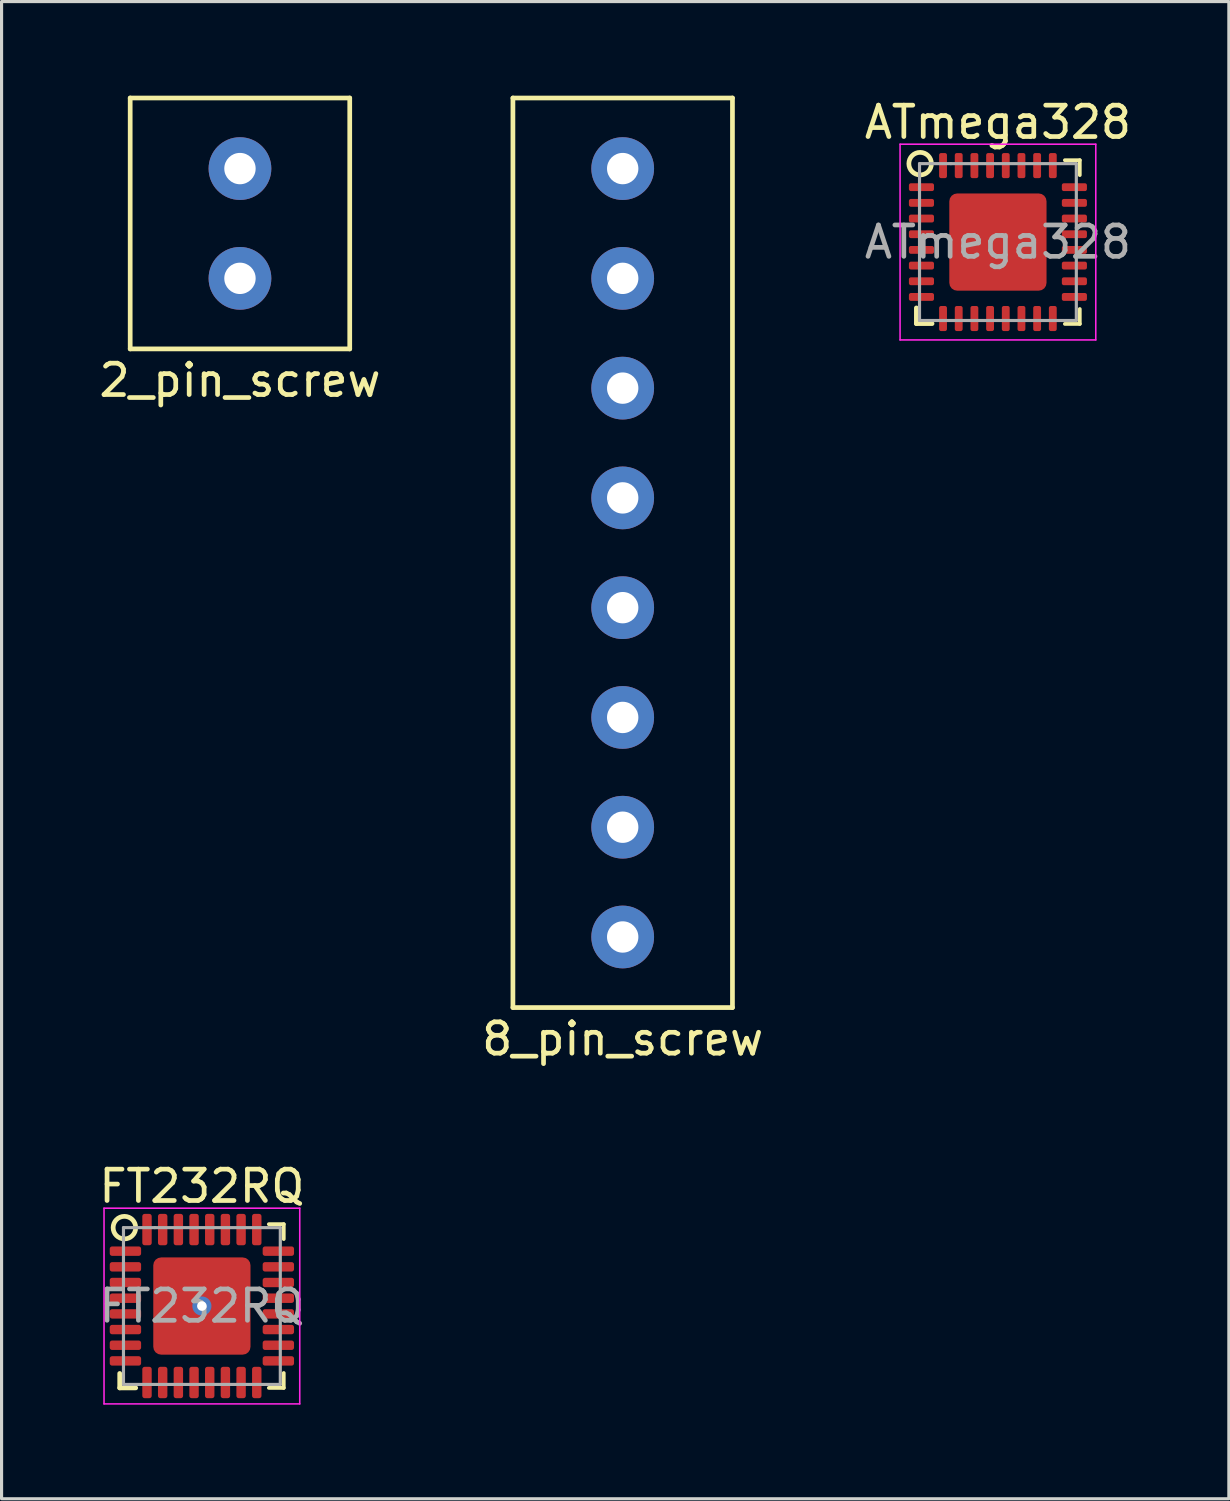
<source format=kicad_pcb>
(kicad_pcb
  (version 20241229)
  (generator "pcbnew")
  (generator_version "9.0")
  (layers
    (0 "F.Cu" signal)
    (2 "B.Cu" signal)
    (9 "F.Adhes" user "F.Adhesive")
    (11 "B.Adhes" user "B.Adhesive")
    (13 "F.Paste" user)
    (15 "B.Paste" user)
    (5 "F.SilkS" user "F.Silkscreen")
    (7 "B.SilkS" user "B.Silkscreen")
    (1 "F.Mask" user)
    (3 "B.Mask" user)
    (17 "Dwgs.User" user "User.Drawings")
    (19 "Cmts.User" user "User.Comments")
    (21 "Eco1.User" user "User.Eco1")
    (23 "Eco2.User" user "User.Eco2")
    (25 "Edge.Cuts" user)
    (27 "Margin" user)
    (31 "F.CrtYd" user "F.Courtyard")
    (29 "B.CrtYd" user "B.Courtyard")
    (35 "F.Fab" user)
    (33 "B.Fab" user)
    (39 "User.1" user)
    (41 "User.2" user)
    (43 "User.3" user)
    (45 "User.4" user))
  (footprint "2_pin_screw"
    (layer "F.Cu")
    (at 4.601 6.575)
    (property "Reference" "2_pin_screw" (at 0 2.5 0) (layer "F.SilkS") (effects (font (size 1 1) (thickness 0.15))))
    (attr through_hole)
    (fp_line (start -3.5 -6.5) (end 3.5 -6.5) (stroke (width 0.15) (type solid)) (layer "F.SilkS"))
    (fp_line (start -3.5 1.5) (end -3.5 -6.5) (stroke (width 0.15) (type solid)) (layer "F.SilkS"))
    (fp_line (start 3.5 -6.5) (end 3.5 1.5) (stroke (width 0.15) (type solid)) (layer "F.SilkS"))
    (fp_line (start 3.5 1.5) (end -3.5 1.5) (stroke (width 0.15) (type solid)) (layer "F.SilkS"))
    (pad "1" thru_hole circle (at 0 -4.25) (size 2 2) (drill 1) (layers "*.Cu" "*.Mask"))
    (pad "2" thru_hole circle (at 0 -0.75) (size 2 2) (drill 1) (layers "*.Cu" "*.Mask")))
  (footprint "8_pin_screw"
    (layer "F.Cu")
    (at 16.804 6.575)
    (property "Reference" "8_pin_screw" (at 0 23.5 0) (layer "F.SilkS") (effects (font (size 1 1) (thickness 0.15))))
    (attr through_hole)
    (fp_line (start -3.5 -6.5) (end 3.5 -6.5) (stroke (width 0.15) (type solid)) (layer "F.SilkS"))
    (fp_line (start -3.5 22.5) (end -3.5 -6.5) (stroke (width 0.15) (type solid)) (layer "F.SilkS"))
    (fp_line (start 3.5 -6.5) (end 3.5 22.5) (stroke (width 0.15) (type solid)) (layer "F.SilkS"))
    (fp_line (start 3.5 22.5) (end -3.5 22.5) (stroke (width 0.15) (type solid)) (layer "F.SilkS"))
    (pad "1" thru_hole circle (at 0 -4.25) (size 2 2) (drill 1) (layers "*.Cu" "*.Mask"))
    (pad "2" thru_hole circle (at 0 -0.75) (size 2 2) (drill 1) (layers "*.Cu" "*.Mask"))
    (pad "3" thru_hole circle (at 0 2.75) (size 2 2) (drill 1) (layers "*.Cu" "*.Mask"))
    (pad "4" thru_hole circle (at 0 6.25) (size 2 2) (drill 1) (layers "*.Cu" "*.Mask"))
    (pad "5" thru_hole circle (at 0 9.75) (size 2 2) (drill 1) (layers "*.Cu" "*.Mask"))
    (pad "6" thru_hole circle (at 0 13.25) (size 2 2) (drill 1) (layers "*.Cu" "*.Mask"))
    (pad "7" thru_hole circle (at 0 16.75) (size 2 2) (drill 1) (layers "*.Cu" "*.Mask"))
    (pad "8" thru_hole circle (at 0 20.25) (size 2 2) (drill 1) (layers "*.Cu" "*.Mask")))
  (footprint "ATmega328"
    (layer "F.Cu")
    (at 28.768 4.668)
    (property "Reference" "ATmega328" (at 0 -3.82 0) (layer "F.SilkS") (effects (font (size 1 1) (thickness 0.15))))
    (attr smd)
    (fp_line (start -2.6 2.6) (end -2.6 2.1) (stroke (width 0.15) (type solid)) (layer "F.SilkS"))
    (fp_line (start -2.1 2.6) (end -2.6 2.6) (stroke (width 0.15) (type solid)) (layer "F.SilkS"))
    (fp_line (start 2.135 -2.61) (end 2.61 -2.61) (stroke (width 0.12) (type solid)) (layer "F.SilkS"))
    (fp_line (start 2.135 2.61) (end 2.61 2.61) (stroke (width 0.12) (type solid)) (layer "F.SilkS"))
    (fp_line (start 2.61 -2.61) (end 2.61 -2.135) (stroke (width 0.12) (type solid)) (layer "F.SilkS"))
    (fp_line (start 2.61 2.61) (end 2.61 2.135) (stroke (width 0.12) (type solid)) (layer "F.SilkS"))
    (fp_circle (center -2.48 -2.5) (end -2.213 -2.741) (stroke (width 0.15) (type solid)) (fill no) (layer "F.SilkS"))
    (fp_line (start -3.12 -3.12) (end -3.12 3.12) (stroke (width 0.05) (type solid)) (layer "F.CrtYd"))
    (fp_line (start -3.12 3.12) (end 3.12 3.12) (stroke (width 0.05) (type solid)) (layer "F.CrtYd"))
    (fp_line (start 3.12 -3.12) (end -3.12 -3.12) (stroke (width 0.05) (type solid)) (layer "F.CrtYd"))
    (fp_line (start 3.12 3.12) (end 3.12 -3.12) (stroke (width 0.05) (type solid)) (layer "F.CrtYd"))
    (fp_line (start -2.5 -2.5) (end -1.5 -2.5) (stroke (width 0.1) (type solid)) (layer "F.Fab"))
    (fp_line (start -2.5 2.5) (end -2.5 -2.5) (stroke (width 0.1) (type solid)) (layer "F.Fab"))
    (fp_line (start -1.5 -2.5) (end 2.5 -2.5) (stroke (width 0.1) (type solid)) (layer "F.Fab"))
    (fp_line (start 2.5 -2.5) (end 2.5 2.5) (stroke (width 0.1) (type solid)) (layer "F.Fab"))
    (fp_line (start 2.5 2.5) (end -2.5 2.5) (stroke (width 0.1) (type solid)) (layer "F.Fab"))
    (fp_text user "${REFERENCE}" (at 0 0 0) (layer "F.Fab") (effects (font (size 1 1) (thickness 0.15))))
    (pad "1" smd roundrect (at -2.438 -1.75) (size 0.8 0.25) (layers "F.Cu" "F.Mask" "F.Paste") (roundrect_rratio 0.25))
    (pad "2" smd roundrect (at -2.438 -1.25) (size 0.8 0.25) (layers "F.Cu" "F.Mask" "F.Paste") (roundrect_rratio 0.25))
    (pad "3" smd roundrect (at -2.438 -0.75) (size 0.8 0.25) (layers "F.Cu" "F.Mask" "F.Paste") (roundrect_rratio 0.25))
    (pad "4" smd roundrect (at -2.438 -0.25) (size 0.8 0.25) (layers "F.Cu" "F.Mask" "F.Paste") (roundrect_rratio 0.25))
    (pad "5" smd roundrect (at -2.438 0.25) (size 0.8 0.25) (layers "F.Cu" "F.Mask" "F.Paste") (roundrect_rratio 0.25))
    (pad "6" smd roundrect (at -2.438 0.75) (size 0.8 0.25) (layers "F.Cu" "F.Mask" "F.Paste") (roundrect_rratio 0.25))
    (pad "7" smd roundrect (at -2.438 1.25) (size 0.8 0.25) (layers "F.Cu" "F.Mask" "F.Paste") (roundrect_rratio 0.25))
    (pad "8" smd roundrect (at -2.438 1.75) (size 0.8 0.25) (layers "F.Cu" "F.Mask" "F.Paste") (roundrect_rratio 0.25))
    (pad "9" smd roundrect (at -1.75 2.438) (size 0.25 0.8) (layers "F.Cu" "F.Mask" "F.Paste") (roundrect_rratio 0.25))
    (pad "10" smd roundrect (at -1.25 2.438) (size 0.25 0.8) (layers "F.Cu" "F.Mask" "F.Paste") (roundrect_rratio 0.25))
    (pad "11" smd roundrect (at -0.75 2.438) (size 0.25 0.8) (layers "F.Cu" "F.Mask" "F.Paste") (roundrect_rratio 0.25))
    (pad "12" smd roundrect (at -0.25 2.438) (size 0.25 0.8) (layers "F.Cu" "F.Mask" "F.Paste") (roundrect_rratio 0.25))
    (pad "13" smd roundrect (at 0.25 2.438) (size 0.25 0.8) (layers "F.Cu" "F.Mask" "F.Paste") (roundrect_rratio 0.25))
    (pad "14" smd roundrect (at 0.75 2.438) (size 0.25 0.8) (layers "F.Cu" "F.Mask" "F.Paste") (roundrect_rratio 0.25))
    (pad "15" smd roundrect (at 1.25 2.438) (size 0.25 0.8) (layers "F.Cu" "F.Mask" "F.Paste") (roundrect_rratio 0.25))
    (pad "16" smd roundrect (at 1.75 2.438) (size 0.25 0.8) (layers "F.Cu" "F.Mask" "F.Paste") (roundrect_rratio 0.25))
    (pad "17" smd roundrect (at 2.438 1.75) (size 0.8 0.25) (layers "F.Cu" "F.Mask" "F.Paste") (roundrect_rratio 0.25))
    (pad "18" smd roundrect (at 2.438 1.25) (size 0.8 0.25) (layers "F.Cu" "F.Mask" "F.Paste") (roundrect_rratio 0.25))
    (pad "19" smd roundrect (at 2.438 0.75) (size 0.8 0.25) (layers "F.Cu" "F.Mask" "F.Paste") (roundrect_rratio 0.25))
    (pad "20" smd roundrect (at 2.438 0.25) (size 0.8 0.25) (layers "F.Cu" "F.Mask" "F.Paste") (roundrect_rratio 0.25))
    (pad "21" smd roundrect (at 2.438 -0.25) (size 0.8 0.25) (layers "F.Cu" "F.Mask" "F.Paste") (roundrect_rratio 0.25))
    (pad "22" smd roundrect (at 2.438 -0.75) (size 0.8 0.25) (layers "F.Cu" "F.Mask" "F.Paste") (roundrect_rratio 0.25))
    (pad "23" smd roundrect (at 2.438 -1.25) (size 0.8 0.25) (layers "F.Cu" "F.Mask" "F.Paste") (roundrect_rratio 0.25))
    (pad "24" smd roundrect (at 2.438 -1.75) (size 0.8 0.25) (layers "F.Cu" "F.Mask" "F.Paste") (roundrect_rratio 0.25))
    (pad "25" smd roundrect (at 1.75 -2.438) (size 0.25 0.8) (layers "F.Cu" "F.Mask" "F.Paste") (roundrect_rratio 0.25))
    (pad "26" smd roundrect (at 1.25 -2.438) (size 0.25 0.8) (layers "F.Cu" "F.Mask" "F.Paste") (roundrect_rratio 0.25))
    (pad "27" smd roundrect (at 0.75 -2.438) (size 0.25 0.8) (layers "F.Cu" "F.Mask" "F.Paste") (roundrect_rratio 0.25))
    (pad "28" smd roundrect (at 0.25 -2.438) (size 0.25 0.8) (layers "F.Cu" "F.Mask" "F.Paste") (roundrect_rratio 0.25))
    (pad "29" smd roundrect (at -0.25 -2.438) (size 0.25 0.8) (layers "F.Cu" "F.Mask" "F.Paste") (roundrect_rratio 0.25))
    (pad "30" smd roundrect (at -0.75 -2.438) (size 0.25 0.8) (layers "F.Cu" "F.Mask" "F.Paste") (roundrect_rratio 0.25))
    (pad "31" smd roundrect (at -1.25 -2.438) (size 0.25 0.8) (layers "F.Cu" "F.Mask" "F.Paste") (roundrect_rratio 0.25))
    (pad "32" smd roundrect (at -1.75 -2.438) (size 0.25 0.8) (layers "F.Cu" "F.Mask" "F.Paste") (roundrect_rratio 0.25))
    (pad "33" smd roundrect (at 0 0) (size 3.1 3.1) (layers "F.Cu" "F.Mask") (roundrect_rratio 0.081)))
  (footprint "FT232RQ"
    (layer "F.Cu")
    (at 3.387 38.592)
    (property "Reference" "FT232RQ" (at 0 -3.82 0) (layer "F.SilkS") (effects (font (size 1 1) (thickness 0.15))))
    (attr smd)
    (fp_line (start -2.62 2.61) (end -2.62 2.15) (stroke (width 0.15) (type solid)) (layer "F.SilkS"))
    (fp_line (start -2.11 2.61) (end -2.62 2.61) (stroke (width 0.15) (type solid)) (layer "F.SilkS"))
    (fp_line (start 2.135 -2.61) (end 2.61 -2.61) (stroke (width 0.12) (type solid)) (layer "F.SilkS"))
    (fp_line (start 2.135 2.61) (end 2.61 2.61) (stroke (width 0.12) (type solid)) (layer "F.SilkS"))
    (fp_line (start 2.61 -2.61) (end 2.61 -2.135) (stroke (width 0.12) (type solid)) (layer "F.SilkS"))
    (fp_line (start 2.61 2.61) (end 2.61 2.135) (stroke (width 0.12) (type solid)) (layer "F.SilkS"))
    (fp_circle (center -2.47 -2.5) (end -2.203 -2.741) (stroke (width 0.15) (type solid)) (fill no) (layer "F.SilkS"))
    (fp_line (start -3.12 -3.12) (end -3.12 3.12) (stroke (width 0.05) (type solid)) (layer "F.CrtYd"))
    (fp_line (start -3.12 3.12) (end 3.12 3.12) (stroke (width 0.05) (type solid)) (layer "F.CrtYd"))
    (fp_line (start 3.12 -3.12) (end -3.12 -3.12) (stroke (width 0.05) (type solid)) (layer "F.CrtYd"))
    (fp_line (start 3.12 3.12) (end 3.12 -3.12) (stroke (width 0.05) (type solid)) (layer "F.CrtYd"))
    (fp_line (start -2.5 -2.5) (end -1.5 -2.5) (stroke (width 0.1) (type solid)) (layer "F.Fab"))
    (fp_line (start -2.5 2.5) (end -2.5 -2.5) (stroke (width 0.1) (type solid)) (layer "F.Fab"))
    (fp_line (start -1.5 -2.5) (end 2.5 -2.5) (stroke (width 0.1) (type solid)) (layer "F.Fab"))
    (fp_line (start 2.5 -2.5) (end 2.5 2.5) (stroke (width 0.1) (type solid)) (layer "F.Fab"))
    (fp_line (start 2.5 2.5) (end -2.5 2.5) (stroke (width 0.1) (type solid)) (layer "F.Fab"))
    (fp_text user "${REFERENCE}" (at 0 0 0) (layer "F.Fab") (effects (font (size 1 1) (thickness 0.15))))
    (pad "1" smd roundrect (at -2.438 -1.75) (size 1 0.3) (layers "F.Cu" "F.Mask" "F.Paste") (roundrect_rratio 0.25))
    (pad "2" smd roundrect (at -2.438 -1.25) (size 1 0.3) (layers "F.Cu" "F.Mask" "F.Paste") (roundrect_rratio 0.25))
    (pad "3" smd roundrect (at -2.438 -0.75) (size 1 0.3) (layers "F.Cu" "F.Mask" "F.Paste") (roundrect_rratio 0.25))
    (pad "4" smd roundrect (at -2.438 -0.25) (size 1 0.3) (layers "F.Cu" "F.Mask" "F.Paste") (roundrect_rratio 0.25))
    (pad "5" smd roundrect (at -2.438 0.25) (size 1 0.3) (layers "F.Cu" "F.Mask" "F.Paste") (roundrect_rratio 0.25))
    (pad "6" smd roundrect (at -2.438 0.75) (size 1 0.3) (layers "F.Cu" "F.Mask" "F.Paste") (roundrect_rratio 0.25))
    (pad "7" smd roundrect (at -2.438 1.25) (size 1 0.3) (layers "F.Cu" "F.Mask" "F.Paste") (roundrect_rratio 0.25))
    (pad "8" smd roundrect (at -2.438 1.75) (size 1 0.3) (layers "F.Cu" "F.Mask" "F.Paste") (roundrect_rratio 0.25))
    (pad "9" smd roundrect (at -1.75 2.438) (size 0.3 1) (layers "F.Cu" "F.Mask" "F.Paste") (roundrect_rratio 0.25))
    (pad "10" smd roundrect (at -1.25 2.438) (size 0.3 1) (layers "F.Cu" "F.Mask" "F.Paste") (roundrect_rratio 0.25))
    (pad "11" smd roundrect (at -0.75 2.438) (size 0.3 1) (layers "F.Cu" "F.Mask" "F.Paste") (roundrect_rratio 0.25))
    (pad "12" smd roundrect (at -0.25 2.438) (size 0.3 1) (layers "F.Cu" "F.Mask" "F.Paste") (roundrect_rratio 0.25))
    (pad "13" smd roundrect (at 0.25 2.438) (size 0.3 1) (layers "F.Cu" "F.Mask" "F.Paste") (roundrect_rratio 0.25))
    (pad "14" smd roundrect (at 0.75 2.438) (size 0.3 1) (layers "F.Cu" "F.Mask" "F.Paste") (roundrect_rratio 0.25))
    (pad "15" smd roundrect (at 1.25 2.438) (size 0.3 1) (layers "F.Cu" "F.Mask" "F.Paste") (roundrect_rratio 0.25))
    (pad "16" smd roundrect (at 1.75 2.438) (size 0.3 1) (layers "F.Cu" "F.Mask" "F.Paste") (roundrect_rratio 0.25))
    (pad "17" smd roundrect (at 2.438 1.75) (size 1 0.3) (layers "F.Cu" "F.Mask" "F.Paste") (roundrect_rratio 0.25))
    (pad "18" smd roundrect (at 2.438 1.25) (size 1 0.3) (layers "F.Cu" "F.Mask" "F.Paste") (roundrect_rratio 0.25))
    (pad "19" smd roundrect (at 2.438 0.75) (size 1 0.3) (layers "F.Cu" "F.Mask" "F.Paste") (roundrect_rratio 0.25))
    (pad "20" smd roundrect (at 2.438 0.25) (size 1 0.3) (layers "F.Cu" "F.Mask" "F.Paste") (roundrect_rratio 0.25))
    (pad "21" smd roundrect (at 2.438 -0.25) (size 1 0.3) (layers "F.Cu" "F.Mask" "F.Paste") (roundrect_rratio 0.25))
    (pad "22" smd roundrect (at 2.438 -0.75) (size 1 0.3) (layers "F.Cu" "F.Mask" "F.Paste") (roundrect_rratio 0.25))
    (pad "23" smd roundrect (at 2.438 -1.25) (size 1 0.3) (layers "F.Cu" "F.Mask" "F.Paste") (roundrect_rratio 0.25))
    (pad "24" smd roundrect (at 2.438 -1.75) (size 1 0.3) (layers "F.Cu" "F.Mask" "F.Paste") (roundrect_rratio 0.25))
    (pad "25" smd roundrect (at 1.75 -2.438) (size 0.3 1) (layers "F.Cu" "F.Mask" "F.Paste") (roundrect_rratio 0.25))
    (pad "26" smd roundrect (at 1.25 -2.438) (size 0.3 1) (layers "F.Cu" "F.Mask" "F.Paste") (roundrect_rratio 0.25))
    (pad "27" smd roundrect (at 0.75 -2.438) (size 0.3 1) (layers "F.Cu" "F.Mask" "F.Paste") (roundrect_rratio 0.25))
    (pad "28" smd roundrect (at 0.25 -2.438) (size 0.3 1) (layers "F.Cu" "F.Mask" "F.Paste") (roundrect_rratio 0.25))
    (pad "29" smd roundrect (at -0.25 -2.438) (size 0.3 1) (layers "F.Cu" "F.Mask" "F.Paste") (roundrect_rratio 0.25))
    (pad "30" smd roundrect (at -0.75 -2.438) (size 0.3 1) (layers "F.Cu" "F.Mask" "F.Paste") (roundrect_rratio 0.25))
    (pad "31" smd roundrect (at -1.25 -2.438) (size 0.3 1) (layers "F.Cu" "F.Mask" "F.Paste") (roundrect_rratio 0.25))
    (pad "32" smd roundrect (at -1.75 -2.438) (size 0.3 1) (layers "F.Cu" "F.Mask" "F.Paste") (roundrect_rratio 0.25))
    (pad "33" thru_hole circle (at 0 0) (size 0.61 0.61) (drill 0.305) (layers "*.Cu" "*.Mask"))
    (pad "33" smd roundrect (at 0 0) (size 3.1 3.1) (layers "F.Cu" "F.Mask") (roundrect_rratio 0.081)))
  (gr_rect
    (start -3 -3)
    (end 36.131 44.736)
    (stroke (width 0.1) (type default))
    (fill no)
    (layer "Edge.Cuts")))
</source>
